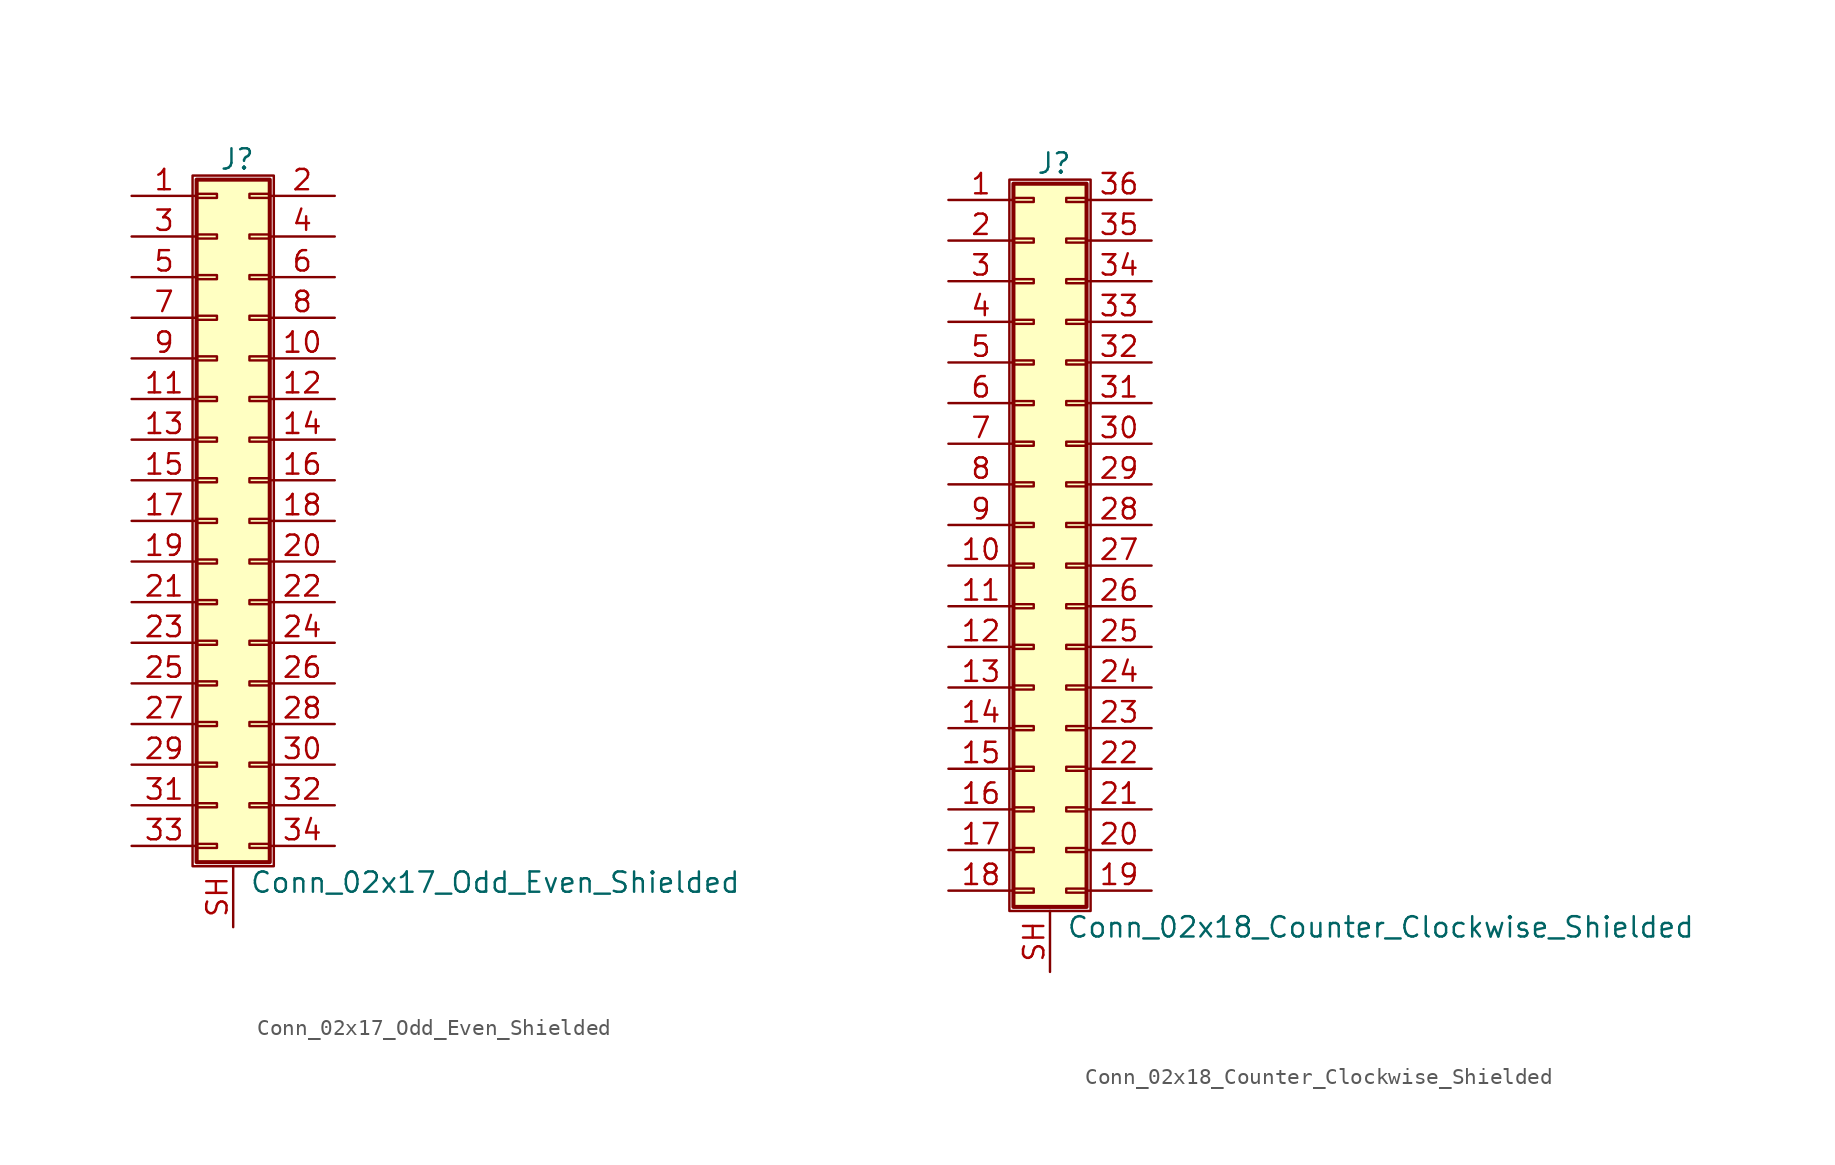
<source format=kicad_sym>
(kicad_symbol_lib
  (version 20201005)
  (generator kicad_symbol_editor)
  (symbol "Connector_Generic_Shielded:Conn_02x17_Odd_Even_Shielded"
    (pin_names
      (offset 1.016) hide)
    (property "Reference" "J"
      (at 1.524 22.606 0)
      (effects (font (size 1.27 1.27))))
    (property "Value" "Conn_02x17_Odd_Even_Shielded"
      (at 2.286 -22.606 0)
      (effects (font (size 1.27 1.27)) (justify left)))
    (symbol "Conn_02x17_Odd_Even_Shielded_1_1"
      (rectangle (start -1.016 -4.953) (end 0.254 -5.207) (stroke (width 0.152)) (fill (type none)))
      (rectangle (start -1.016 -7.493) (end 0.254 -7.747) (stroke (width 0.152)) (fill (type none)))
      (rectangle (start -1.016 -10.033) (end 0.254 -10.287) (stroke (width 0.152)) (fill (type none)))
      (rectangle (start -1.016 -12.573) (end 0.254 -12.827) (stroke (width 0.152)) (fill (type none)))
      (rectangle (start -1.016 -15.113) (end 0.254 -15.367) (stroke (width 0.152)) (fill (type none)))
      (rectangle (start -1.016 -17.653) (end 0.254 -17.907) (stroke (width 0.152)) (fill (type none)))
      (rectangle (start -1.016 -20.193) (end 0.254 -20.447) (stroke (width 0.152)) (fill (type none)))
      (rectangle (start -1.016 -2.413) (end 0.254 -2.667) (stroke (width 0.152)) (fill (type none)))
      (rectangle (start -1.016 2.667) (end 0.254 2.413) (stroke (width 0.152)) (fill (type none)))
      (rectangle (start -1.016 5.207) (end 0.254 4.953) (stroke (width 0.152)) (fill (type none)))
      (rectangle (start -1.016 7.747) (end 0.254 7.493) (stroke (width 0.152)) (fill (type none)))
      (rectangle (start -1.016 10.287) (end 0.254 10.033) (stroke (width 0.152)) (fill (type none)))
      (rectangle (start -1.016 0.127) (end 0.254 -0.127) (stroke (width 0.152)) (fill (type none)))
      (rectangle (start -1.016 12.827) (end 0.254 12.573) (stroke (width 0.152)) (fill (type none)))
      (rectangle (start -1.016 15.367) (end 0.254 15.113) (stroke (width 0.152)) (fill (type none)))
      (rectangle (start -1.016 17.907) (end 0.254 17.653) (stroke (width 0.152)) (fill (type none)))
      (rectangle (start -1.016 20.447) (end 0.254 20.193) (stroke (width 0.152)) (fill (type none)))
      (rectangle (start -1.016 21.336) (end 3.556 -21.336) (stroke (width 0.254)) (fill (type background)))
      (rectangle (start -1.27 21.59) (end 3.81 -21.59) (stroke (width 0.152)) (fill (type none)))
      (rectangle (start 3.556 -4.953) (end 2.286 -5.207) (stroke (width 0.152)) (fill (type none)))
      (rectangle (start 3.556 -7.493) (end 2.286 -7.747) (stroke (width 0.152)) (fill (type none)))
      (rectangle (start 3.556 -10.033) (end 2.286 -10.287) (stroke (width 0.152)) (fill (type none)))
      (rectangle (start 3.556 -12.573) (end 2.286 -12.827) (stroke (width 0.152)) (fill (type none)))
      (rectangle (start 3.556 -15.113) (end 2.286 -15.367) (stroke (width 0.152)) (fill (type none)))
      (rectangle (start 3.556 -17.653) (end 2.286 -17.907) (stroke (width 0.152)) (fill (type none)))
      (rectangle (start 3.556 -20.193) (end 2.286 -20.447) (stroke (width 0.152)) (fill (type none)))
      (rectangle (start 3.556 -2.413) (end 2.286 -2.667) (stroke (width 0.152)) (fill (type none)))
      (rectangle (start 3.556 2.667) (end 2.286 2.413) (stroke (width 0.152)) (fill (type none)))
      (rectangle (start 3.556 5.207) (end 2.286 4.953) (stroke (width 0.152)) (fill (type none)))
      (rectangle (start 3.556 7.747) (end 2.286 7.493) (stroke (width 0.152)) (fill (type none)))
      (rectangle (start 3.556 10.287) (end 2.286 10.033) (stroke (width 0.152)) (fill (type none)))
      (rectangle (start 3.556 0.127) (end 2.286 -0.127) (stroke (width 0.152)) (fill (type none)))
      (rectangle (start 3.556 12.827) (end 2.286 12.573) (stroke (width 0.152)) (fill (type none)))
      (rectangle (start 3.556 15.367) (end 2.286 15.113) (stroke (width 0.152)) (fill (type none)))
      (rectangle (start 3.556 17.907) (end 2.286 17.653) (stroke (width 0.152)) (fill (type none)))
      (rectangle (start 3.556 20.447) (end 2.286 20.193) (stroke (width 0.152)) (fill (type none)))
      (pin passive line (at -5.08 20.32 0) (length 4.064) (name "Pin_1" (effects (font (size 1.27 1.27)))) (number "1" (effects (font (size 1.27 1.27)))))
      (pin passive line (at 7.62 10.16 180) (length 4.064) (name "Pin_10" (effects (font (size 1.27 1.27)))) (number "10" (effects (font (size 1.27 1.27)))))
      (pin passive line (at -5.08 7.62 0) (length 4.064) (name "Pin_11" (effects (font (size 1.27 1.27)))) (number "11" (effects (font (size 1.27 1.27)))))
      (pin passive line (at 7.62 7.62 180) (length 4.064) (name "Pin_12" (effects (font (size 1.27 1.27)))) (number "12" (effects (font (size 1.27 1.27)))))
      (pin passive line (at -5.08 5.08 0) (length 4.064) (name "Pin_13" (effects (font (size 1.27 1.27)))) (number "13" (effects (font (size 1.27 1.27)))))
      (pin passive line (at 7.62 5.08 180) (length 4.064) (name "Pin_14" (effects (font (size 1.27 1.27)))) (number "14" (effects (font (size 1.27 1.27)))))
      (pin passive line (at -5.08 2.54 0) (length 4.064) (name "Pin_15" (effects (font (size 1.27 1.27)))) (number "15" (effects (font (size 1.27 1.27)))))
      (pin passive line (at 7.62 2.54 180) (length 4.064) (name "Pin_16" (effects (font (size 1.27 1.27)))) (number "16" (effects (font (size 1.27 1.27)))))
      (pin passive line (at -5.08 0 0) (length 4.064) (name "Pin_17" (effects (font (size 1.27 1.27)))) (number "17" (effects (font (size 1.27 1.27)))))
      (pin passive line (at 7.62 0 180) (length 4.064) (name "Pin_18" (effects (font (size 1.27 1.27)))) (number "18" (effects (font (size 1.27 1.27)))))
      (pin passive line (at -5.08 -2.54 0) (length 4.064) (name "Pin_19" (effects (font (size 1.27 1.27)))) (number "19" (effects (font (size 1.27 1.27)))))
      (pin passive line (at 7.62 20.32 180) (length 4.064) (name "Pin_2" (effects (font (size 1.27 1.27)))) (number "2" (effects (font (size 1.27 1.27)))))
      (pin passive line (at 7.62 -2.54 180) (length 4.064) (name "Pin_20" (effects (font (size 1.27 1.27)))) (number "20" (effects (font (size 1.27 1.27)))))
      (pin passive line (at -5.08 -5.08 0) (length 4.064) (name "Pin_21" (effects (font (size 1.27 1.27)))) (number "21" (effects (font (size 1.27 1.27)))))
      (pin passive line (at 7.62 -5.08 180) (length 4.064) (name "Pin_22" (effects (font (size 1.27 1.27)))) (number "22" (effects (font (size 1.27 1.27)))))
      (pin passive line (at -5.08 -7.62 0) (length 4.064) (name "Pin_23" (effects (font (size 1.27 1.27)))) (number "23" (effects (font (size 1.27 1.27)))))
      (pin passive line (at 7.62 -7.62 180) (length 4.064) (name "Pin_24" (effects (font (size 1.27 1.27)))) (number "24" (effects (font (size 1.27 1.27)))))
      (pin passive line (at -5.08 -10.16 0) (length 4.064) (name "Pin_25" (effects (font (size 1.27 1.27)))) (number "25" (effects (font (size 1.27 1.27)))))
      (pin passive line (at 7.62 -10.16 180) (length 4.064) (name "Pin_26" (effects (font (size 1.27 1.27)))) (number "26" (effects (font (size 1.27 1.27)))))
      (pin passive line (at -5.08 -12.7 0) (length 4.064) (name "Pin_27" (effects (font (size 1.27 1.27)))) (number "27" (effects (font (size 1.27 1.27)))))
      (pin passive line (at 7.62 -12.7 180) (length 4.064) (name "Pin_28" (effects (font (size 1.27 1.27)))) (number "28" (effects (font (size 1.27 1.27)))))
      (pin passive line (at -5.08 -15.24 0) (length 4.064) (name "Pin_29" (effects (font (size 1.27 1.27)))) (number "29" (effects (font (size 1.27 1.27)))))
      (pin passive line (at -5.08 17.78 0) (length 4.064) (name "Pin_3" (effects (font (size 1.27 1.27)))) (number "3" (effects (font (size 1.27 1.27)))))
      (pin passive line (at 7.62 -15.24 180) (length 4.064) (name "Pin_30" (effects (font (size 1.27 1.27)))) (number "30" (effects (font (size 1.27 1.27)))))
      (pin passive line (at -5.08 -17.78 0) (length 4.064) (name "Pin_31" (effects (font (size 1.27 1.27)))) (number "31" (effects (font (size 1.27 1.27)))))
      (pin passive line (at 7.62 -17.78 180) (length 4.064) (name "Pin_32" (effects (font (size 1.27 1.27)))) (number "32" (effects (font (size 1.27 1.27)))))
      (pin passive line (at -5.08 -20.32 0) (length 4.064) (name "Pin_33" (effects (font (size 1.27 1.27)))) (number "33" (effects (font (size 1.27 1.27)))))
      (pin passive line (at 7.62 -20.32 180) (length 4.064) (name "Pin_34" (effects (font (size 1.27 1.27)))) (number "34" (effects (font (size 1.27 1.27)))))
      (pin passive line (at 7.62 17.78 180) (length 4.064) (name "Pin_4" (effects (font (size 1.27 1.27)))) (number "4" (effects (font (size 1.27 1.27)))))
      (pin passive line (at -5.08 15.24 0) (length 4.064) (name "Pin_5" (effects (font (size 1.27 1.27)))) (number "5" (effects (font (size 1.27 1.27)))))
      (pin passive line (at 7.62 15.24 180) (length 4.064) (name "Pin_6" (effects (font (size 1.27 1.27)))) (number "6" (effects (font (size 1.27 1.27)))))
      (pin passive line (at -5.08 12.7 0) (length 4.064) (name "Pin_7" (effects (font (size 1.27 1.27)))) (number "7" (effects (font (size 1.27 1.27)))))
      (pin passive line (at 7.62 12.7 180) (length 4.064) (name "Pin_8" (effects (font (size 1.27 1.27)))) (number "8" (effects (font (size 1.27 1.27)))))
      (pin passive line (at -5.08 10.16 0) (length 4.064) (name "Pin_9" (effects (font (size 1.27 1.27)))) (number "9" (effects (font (size 1.27 1.27)))))
      (pin passive line (at 1.27 -25.4 90) (length 3.81) (name "Shield" (effects (font (size 1.27 1.27)))) (number "SH" (effects (font (size 1.27 1.27)))))))
  (symbol "Connector_Generic_Shielded:Conn_02x18_Counter_Clockwise_Shielded"
    (pin_names
      (offset 1.016) hide)
    (property "Reference" "J"
      (at 1.524 22.606 0)
      (effects (font (size 1.27 1.27))))
    (property "Value" "Conn_02x18_Counter_Clockwise_Shielded"
      (at 2.286 -25.146 0)
      (effects (font (size 1.27 1.27)) (justify left)))
    (symbol "Conn_02x18_Counter_Clockwise_Shielded_1_1"
      (rectangle (start -1.016 -4.953) (end 0.254 -5.207) (stroke (width 0.152)) (fill (type none)))
      (rectangle (start -1.016 -7.493) (end 0.254 -7.747) (stroke (width 0.152)) (fill (type none)))
      (rectangle (start -1.016 -10.033) (end 0.254 -10.287) (stroke (width 0.152)) (fill (type none)))
      (rectangle (start -1.016 -12.573) (end 0.254 -12.827) (stroke (width 0.152)) (fill (type none)))
      (rectangle (start -1.016 -15.113) (end 0.254 -15.367) (stroke (width 0.152)) (fill (type none)))
      (rectangle (start -1.016 -17.653) (end 0.254 -17.907) (stroke (width 0.152)) (fill (type none)))
      (rectangle (start -1.016 -20.193) (end 0.254 -20.447) (stroke (width 0.152)) (fill (type none)))
      (rectangle (start -1.016 -22.733) (end 0.254 -22.987) (stroke (width 0.152)) (fill (type none)))
      (rectangle (start -1.016 -2.413) (end 0.254 -2.667) (stroke (width 0.152)) (fill (type none)))
      (rectangle (start -1.016 2.667) (end 0.254 2.413) (stroke (width 0.152)) (fill (type none)))
      (rectangle (start -1.016 5.207) (end 0.254 4.953) (stroke (width 0.152)) (fill (type none)))
      (rectangle (start -1.016 7.747) (end 0.254 7.493) (stroke (width 0.152)) (fill (type none)))
      (rectangle (start -1.016 10.287) (end 0.254 10.033) (stroke (width 0.152)) (fill (type none)))
      (rectangle (start -1.016 0.127) (end 0.254 -0.127) (stroke (width 0.152)) (fill (type none)))
      (rectangle (start -1.016 12.827) (end 0.254 12.573) (stroke (width 0.152)) (fill (type none)))
      (rectangle (start -1.016 15.367) (end 0.254 15.113) (stroke (width 0.152)) (fill (type none)))
      (rectangle (start -1.016 17.907) (end 0.254 17.653) (stroke (width 0.152)) (fill (type none)))
      (rectangle (start -1.016 20.447) (end 0.254 20.193) (stroke (width 0.152)) (fill (type none)))
      (rectangle (start -1.016 21.336) (end 3.556 -23.876) (stroke (width 0.254)) (fill (type background)))
      (rectangle (start -1.27 21.59) (end 3.81 -24.13) (stroke (width 0.152)) (fill (type none)))
      (rectangle (start 3.556 -4.953) (end 2.286 -5.207) (stroke (width 0.152)) (fill (type none)))
      (rectangle (start 3.556 -7.493) (end 2.286 -7.747) (stroke (width 0.152)) (fill (type none)))
      (rectangle (start 3.556 -10.033) (end 2.286 -10.287) (stroke (width 0.152)) (fill (type none)))
      (rectangle (start 3.556 -12.573) (end 2.286 -12.827) (stroke (width 0.152)) (fill (type none)))
      (rectangle (start 3.556 -15.113) (end 2.286 -15.367) (stroke (width 0.152)) (fill (type none)))
      (rectangle (start 3.556 -17.653) (end 2.286 -17.907) (stroke (width 0.152)) (fill (type none)))
      (rectangle (start 3.556 -20.193) (end 2.286 -20.447) (stroke (width 0.152)) (fill (type none)))
      (rectangle (start 3.556 -22.733) (end 2.286 -22.987) (stroke (width 0.152)) (fill (type none)))
      (rectangle (start 3.556 -2.413) (end 2.286 -2.667) (stroke (width 0.152)) (fill (type none)))
      (rectangle (start 3.556 2.667) (end 2.286 2.413) (stroke (width 0.152)) (fill (type none)))
      (rectangle (start 3.556 5.207) (end 2.286 4.953) (stroke (width 0.152)) (fill (type none)))
      (rectangle (start 3.556 7.747) (end 2.286 7.493) (stroke (width 0.152)) (fill (type none)))
      (rectangle (start 3.556 10.287) (end 2.286 10.033) (stroke (width 0.152)) (fill (type none)))
      (rectangle (start 3.556 0.127) (end 2.286 -0.127) (stroke (width 0.152)) (fill (type none)))
      (rectangle (start 3.556 12.827) (end 2.286 12.573) (stroke (width 0.152)) (fill (type none)))
      (rectangle (start 3.556 15.367) (end 2.286 15.113) (stroke (width 0.152)) (fill (type none)))
      (rectangle (start 3.556 17.907) (end 2.286 17.653) (stroke (width 0.152)) (fill (type none)))
      (rectangle (start 3.556 20.447) (end 2.286 20.193) (stroke (width 0.152)) (fill (type none)))
      (pin passive line (at -5.08 20.32 0) (length 4.064) (name "Pin_1" (effects (font (size 1.27 1.27)))) (number "1" (effects (font (size 1.27 1.27)))))
      (pin passive line (at -5.08 -2.54 0) (length 4.064) (name "Pin_10" (effects (font (size 1.27 1.27)))) (number "10" (effects (font (size 1.27 1.27)))))
      (pin passive line (at -5.08 -5.08 0) (length 4.064) (name "Pin_11" (effects (font (size 1.27 1.27)))) (number "11" (effects (font (size 1.27 1.27)))))
      (pin passive line (at -5.08 -7.62 0) (length 4.064) (name "Pin_12" (effects (font (size 1.27 1.27)))) (number "12" (effects (font (size 1.27 1.27)))))
      (pin passive line (at -5.08 -10.16 0) (length 4.064) (name "Pin_13" (effects (font (size 1.27 1.27)))) (number "13" (effects (font (size 1.27 1.27)))))
      (pin passive line (at -5.08 -12.7 0) (length 4.064) (name "Pin_14" (effects (font (size 1.27 1.27)))) (number "14" (effects (font (size 1.27 1.27)))))
      (pin passive line (at -5.08 -15.24 0) (length 4.064) (name "Pin_15" (effects (font (size 1.27 1.27)))) (number "15" (effects (font (size 1.27 1.27)))))
      (pin passive line (at -5.08 -17.78 0) (length 4.064) (name "Pin_16" (effects (font (size 1.27 1.27)))) (number "16" (effects (font (size 1.27 1.27)))))
      (pin passive line (at -5.08 -20.32 0) (length 4.064) (name "Pin_17" (effects (font (size 1.27 1.27)))) (number "17" (effects (font (size 1.27 1.27)))))
      (pin passive line (at -5.08 -22.86 0) (length 4.064) (name "Pin_18" (effects (font (size 1.27 1.27)))) (number "18" (effects (font (size 1.27 1.27)))))
      (pin passive line (at 7.62 -22.86 180) (length 4.064) (name "Pin_19" (effects (font (size 1.27 1.27)))) (number "19" (effects (font (size 1.27 1.27)))))
      (pin passive line (at -5.08 17.78 0) (length 4.064) (name "Pin_2" (effects (font (size 1.27 1.27)))) (number "2" (effects (font (size 1.27 1.27)))))
      (pin passive line (at 7.62 -20.32 180) (length 4.064) (name "Pin_20" (effects (font (size 1.27 1.27)))) (number "20" (effects (font (size 1.27 1.27)))))
      (pin passive line (at 7.62 -17.78 180) (length 4.064) (name "Pin_21" (effects (font (size 1.27 1.27)))) (number "21" (effects (font (size 1.27 1.27)))))
      (pin passive line (at 7.62 -15.24 180) (length 4.064) (name "Pin_22" (effects (font (size 1.27 1.27)))) (number "22" (effects (font (size 1.27 1.27)))))
      (pin passive line (at 7.62 -12.7 180) (length 4.064) (name "Pin_23" (effects (font (size 1.27 1.27)))) (number "23" (effects (font (size 1.27 1.27)))))
      (pin passive line (at 7.62 -10.16 180) (length 4.064) (name "Pin_24" (effects (font (size 1.27 1.27)))) (number "24" (effects (font (size 1.27 1.27)))))
      (pin passive line (at 7.62 -7.62 180) (length 4.064) (name "Pin_25" (effects (font (size 1.27 1.27)))) (number "25" (effects (font (size 1.27 1.27)))))
      (pin passive line (at 7.62 -5.08 180) (length 4.064) (name "Pin_26" (effects (font (size 1.27 1.27)))) (number "26" (effects (font (size 1.27 1.27)))))
      (pin passive line (at 7.62 -2.54 180) (length 4.064) (name "Pin_27" (effects (font (size 1.27 1.27)))) (number "27" (effects (font (size 1.27 1.27)))))
      (pin passive line (at 7.62 0 180) (length 4.064) (name "Pin_28" (effects (font (size 1.27 1.27)))) (number "28" (effects (font (size 1.27 1.27)))))
      (pin passive line (at 7.62 2.54 180) (length 4.064) (name "Pin_29" (effects (font (size 1.27 1.27)))) (number "29" (effects (font (size 1.27 1.27)))))
      (pin passive line (at -5.08 15.24 0) (length 4.064) (name "Pin_3" (effects (font (size 1.27 1.27)))) (number "3" (effects (font (size 1.27 1.27)))))
      (pin passive line (at 7.62 5.08 180) (length 4.064) (name "Pin_30" (effects (font (size 1.27 1.27)))) (number "30" (effects (font (size 1.27 1.27)))))
      (pin passive line (at 7.62 7.62 180) (length 4.064) (name "Pin_31" (effects (font (size 1.27 1.27)))) (number "31" (effects (font (size 1.27 1.27)))))
      (pin passive line (at 7.62 10.16 180) (length 4.064) (name "Pin_32" (effects (font (size 1.27 1.27)))) (number "32" (effects (font (size 1.27 1.27)))))
      (pin passive line (at 7.62 12.7 180) (length 4.064) (name "Pin_33" (effects (font (size 1.27 1.27)))) (number "33" (effects (font (size 1.27 1.27)))))
      (pin passive line (at 7.62 15.24 180) (length 4.064) (name "Pin_34" (effects (font (size 1.27 1.27)))) (number "34" (effects (font (size 1.27 1.27)))))
      (pin passive line (at 7.62 17.78 180) (length 4.064) (name "Pin_35" (effects (font (size 1.27 1.27)))) (number "35" (effects (font (size 1.27 1.27)))))
      (pin passive line (at 7.62 20.32 180) (length 4.064) (name "Pin_36" (effects (font (size 1.27 1.27)))) (number "36" (effects (font (size 1.27 1.27)))))
      (pin passive line (at -5.08 12.7 0) (length 4.064) (name "Pin_4" (effects (font (size 1.27 1.27)))) (number "4" (effects (font (size 1.27 1.27)))))
      (pin passive line (at -5.08 10.16 0) (length 4.064) (name "Pin_5" (effects (font (size 1.27 1.27)))) (number "5" (effects (font (size 1.27 1.27)))))
      (pin passive line (at -5.08 7.62 0) (length 4.064) (name "Pin_6" (effects (font (size 1.27 1.27)))) (number "6" (effects (font (size 1.27 1.27)))))
      (pin passive line (at -5.08 5.08 0) (length 4.064) (name "Pin_7" (effects (font (size 1.27 1.27)))) (number "7" (effects (font (size 1.27 1.27)))))
      (pin passive line (at -5.08 2.54 0) (length 4.064) (name "Pin_8" (effects (font (size 1.27 1.27)))) (number "8" (effects (font (size 1.27 1.27)))))
      (pin passive line (at -5.08 0 0) (length 4.064) (name "Pin_9" (effects (font (size 1.27 1.27)))) (number "9" (effects (font (size 1.27 1.27)))))
      (pin passive line (at 1.27 -27.94 90) (length 3.81) (name "Shield" (effects (font (size 1.27 1.27)))) (number "SH" (effects (font (size 1.27 1.27))))))))
</source>
